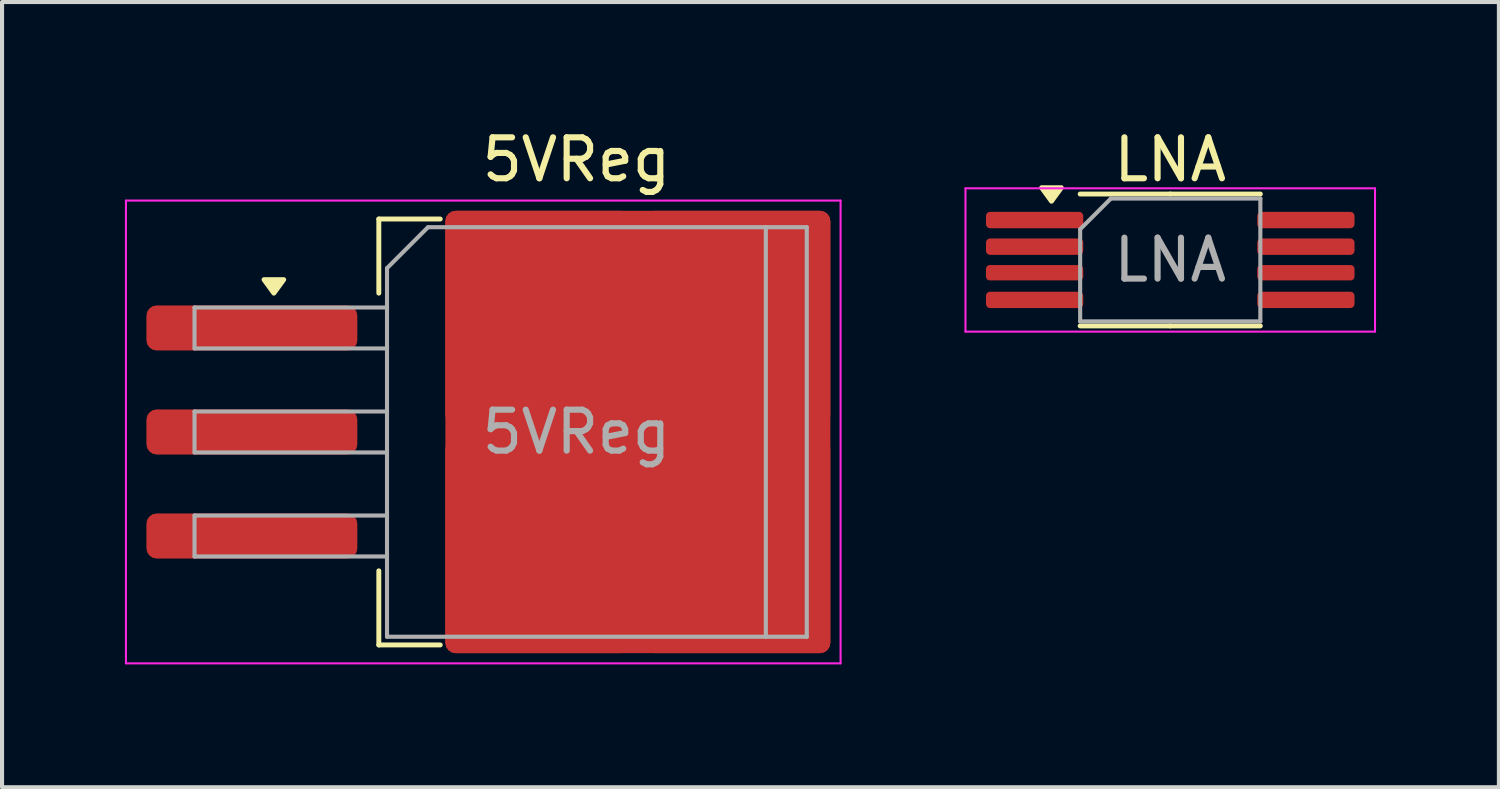
<source format=kicad_pcb>
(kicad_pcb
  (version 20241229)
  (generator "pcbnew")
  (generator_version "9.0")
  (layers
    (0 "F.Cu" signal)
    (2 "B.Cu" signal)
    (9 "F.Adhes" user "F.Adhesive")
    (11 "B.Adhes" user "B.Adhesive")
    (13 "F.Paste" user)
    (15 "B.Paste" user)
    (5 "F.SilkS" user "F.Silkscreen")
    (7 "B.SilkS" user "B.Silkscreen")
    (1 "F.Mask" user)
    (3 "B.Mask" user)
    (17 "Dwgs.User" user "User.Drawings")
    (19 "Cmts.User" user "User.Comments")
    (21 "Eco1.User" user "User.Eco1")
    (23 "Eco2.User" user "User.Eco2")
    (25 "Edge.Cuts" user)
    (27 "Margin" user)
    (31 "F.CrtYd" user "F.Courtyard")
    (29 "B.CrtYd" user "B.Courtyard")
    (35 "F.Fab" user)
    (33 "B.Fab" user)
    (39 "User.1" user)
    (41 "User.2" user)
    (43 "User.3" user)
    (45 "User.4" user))
  (footprint "LNA"
    (layer "F.Cu")
    (at 25.525 3.298)
    (property "Reference" "LNA" (at 0 -2.45 0) (layer "F.SilkS") (effects (font (size 1 1) (thickness 0.15))))
    (attr smd)
    (fp_line (start 0 -1.61) (end -2.2 -1.61) (stroke (width 0.12) (type solid)) (layer "F.SilkS"))
    (fp_line (start 0 -1.61) (end 2.2 -1.61) (stroke (width 0.12) (type solid)) (layer "F.SilkS"))
    (fp_line (start 0 1.61) (end -2.2 1.61) (stroke (width 0.12) (type solid)) (layer "F.SilkS"))
    (fp_line (start 0 1.61) (end 2.2 1.61) (stroke (width 0.12) (type solid)) (layer "F.SilkS"))
    (fp_poly (pts (xy -2.9 -1.435) (xy -3.14 -1.765) (xy -2.66 -1.765) (xy -2.9 -1.435)) (stroke (width 0.12) (type solid)) (fill yes) (layer "F.SilkS"))
    (fp_line (start -5 -1.75) (end -5 1.75) (stroke (width 0.05) (type solid)) (layer "F.CrtYd"))
    (fp_line (start -5 1.75) (end 5 1.75) (stroke (width 0.05) (type solid)) (layer "F.CrtYd"))
    (fp_line (start 5 -1.75) (end -5 -1.75) (stroke (width 0.05) (type solid)) (layer "F.CrtYd"))
    (fp_line (start 5 1.75) (end 5 -1.75) (stroke (width 0.05) (type solid)) (layer "F.CrtYd"))
    (fp_line (start -2.2 -0.75) (end -1.45 -1.5) (stroke (width 0.1) (type solid)) (layer "F.Fab"))
    (fp_line (start -2.2 1.5) (end -2.2 -0.75) (stroke (width 0.1) (type solid)) (layer "F.Fab"))
    (fp_line (start -1.45 -1.5) (end 2.2 -1.5) (stroke (width 0.1) (type solid)) (layer "F.Fab"))
    (fp_line (start 2.2 -1.5) (end 2.2 1.5) (stroke (width 0.1) (type solid)) (layer "F.Fab"))
    (fp_line (start 2.2 1.5) (end -2.2 1.5) (stroke (width 0.1) (type solid)) (layer "F.Fab"))
    (fp_text user "${REFERENCE}" (at 0 0 0) (layer "F.Fab") (effects (font (size 1 1) (thickness 0.15))))
    (pad "1" smd roundrect (at -3.312 -0.975) (size 2.375 0.4) (layers "F.Cu" "F.Mask" "F.Paste") (roundrect_rratio 0.25))
    (pad "2" smd roundrect (at -3.312 -0.325) (size 2.375 0.4) (layers "F.Cu" "F.Mask" "F.Paste") (roundrect_rratio 0.25))
    (pad "3" smd roundrect (at -3.312 0.312) (size 2.375 0.375) (layers "F.Cu" "F.Mask" "F.Paste") (roundrect_rratio 0.25))
    (pad "4" smd roundrect (at -3.312 0.975) (size 2.375 0.4) (layers "F.Cu" "F.Mask" "F.Paste") (roundrect_rratio 0.25))
    (pad "5" smd roundrect (at 3.312 0.975) (size 2.375 0.4) (layers "F.Cu" "F.Mask" "F.Paste") (roundrect_rratio 0.25))
    (pad "6" smd roundrect (at 3.312 0.312) (size 2.375 0.375) (layers "F.Cu" "F.Mask" "F.Paste") (roundrect_rratio 0.25))
    (pad "7" smd roundrect (at 3.312 -0.325) (size 2.375 0.4) (layers "F.Cu" "F.Mask" "F.Paste") (roundrect_rratio 0.25))
    (pad "8" smd roundrect (at 3.312 -0.975) (size 2.375 0.4) (layers "F.Cu" "F.Mask" "F.Paste") (roundrect_rratio 0.25)))
  (footprint "5VReg"
    (layer "F.Cu")
    (at 11.025 7.498)
    (property "Reference" "5VReg" (at 0 -6.65 0) (layer "F.SilkS") (effects (font (size 1 1) (thickness 0.15))))
    (attr smd)
    (fp_line (start -4.825 -5.2) (end -4.825 -3.39) (stroke (width 0.12) (type solid)) (layer "F.SilkS"))
    (fp_line (start -4.825 5.2) (end -4.825 3.39) (stroke (width 0.12) (type solid)) (layer "F.SilkS"))
    (fp_line (start -3.325 -5.2) (end -4.825 -5.2) (stroke (width 0.12) (type solid)) (layer "F.SilkS"))
    (fp_line (start -3.325 5.2) (end -4.825 5.2) (stroke (width 0.12) (type solid)) (layer "F.SilkS"))
    (fp_poly (pts (xy -7.388 -3.39) (xy -7.628 -3.72) (xy -7.147 -3.72) (xy -7.388 -3.39)) (stroke (width 0.12) (type solid)) (fill yes) (layer "F.SilkS"))
    (fp_line (start -11 -5.65) (end -11 5.65) (stroke (width 0.05) (type solid)) (layer "F.CrtYd"))
    (fp_line (start -11 5.65) (end 6.45 5.65) (stroke (width 0.05) (type solid)) (layer "F.CrtYd"))
    (fp_line (start 6.45 -5.65) (end -11 -5.65) (stroke (width 0.05) (type solid)) (layer "F.CrtYd"))
    (fp_line (start 6.45 5.65) (end 6.45 -5.65) (stroke (width 0.05) (type solid)) (layer "F.CrtYd"))
    (fp_line (start -9.325 -3.04) (end -9.325 -2.04) (stroke (width 0.1) (type solid)) (layer "F.Fab"))
    (fp_line (start -9.325 -2.04) (end -4.625 -2.04) (stroke (width 0.1) (type solid)) (layer "F.Fab"))
    (fp_line (start -9.325 -0.5) (end -9.325 0.5) (stroke (width 0.1) (type solid)) (layer "F.Fab"))
    (fp_line (start -9.325 0.5) (end -4.625 0.5) (stroke (width 0.1) (type solid)) (layer "F.Fab"))
    (fp_line (start -9.325 2.04) (end -9.325 3.04) (stroke (width 0.1) (type solid)) (layer "F.Fab"))
    (fp_line (start -9.325 3.04) (end -4.625 3.04) (stroke (width 0.1) (type solid)) (layer "F.Fab"))
    (fp_line (start -4.625 -4) (end -3.625 -5) (stroke (width 0.1) (type solid)) (layer "F.Fab"))
    (fp_line (start -4.625 -3.04) (end -9.325 -3.04) (stroke (width 0.1) (type solid)) (layer "F.Fab"))
    (fp_line (start -4.625 -0.5) (end -9.325 -0.5) (stroke (width 0.1) (type solid)) (layer "F.Fab"))
    (fp_line (start -4.625 2.04) (end -9.325 2.04) (stroke (width 0.1) (type solid)) (layer "F.Fab"))
    (fp_line (start -4.625 5) (end -4.625 -4) (stroke (width 0.1) (type solid)) (layer "F.Fab"))
    (fp_line (start -3.625 -5) (end 4.625 -5) (stroke (width 0.1) (type solid)) (layer "F.Fab"))
    (fp_line (start 4.625 -5) (end 4.625 5) (stroke (width 0.1) (type solid)) (layer "F.Fab"))
    (fp_line (start 4.625 -5) (end 5.625 -5) (stroke (width 0.1) (type solid)) (layer "F.Fab"))
    (fp_line (start 4.625 5) (end -4.625 5) (stroke (width 0.1) (type solid)) (layer "F.Fab"))
    (fp_line (start 5.625 -5) (end 5.625 5) (stroke (width 0.1) (type solid)) (layer "F.Fab"))
    (fp_line (start 5.625 5) (end 4.625 5) (stroke (width 0.1) (type solid)) (layer "F.Fab"))
    (fp_text user "${REFERENCE}" (at 0 0 0) (layer "F.Fab") (effects (font (size 1 1) (thickness 0.15))))
    (pad "1" smd roundrect (at -7.925 -2.54) (size 5.15 1.1) (layers "F.Cu" "F.Mask" "F.Paste") (roundrect_rratio 0.227))
    (pad "2" smd roundrect (at -7.925 0) (size 5.15 1.1) (layers "F.Cu" "F.Mask" "F.Paste") (roundrect_rratio 0.227))
    (pad "2" smd roundrect (at -0.925 -2.775) (size 4.55 5.25) (layers "F.Cu" "F.Paste") (roundrect_rratio 0.055))
    (pad "2" smd roundrect (at -0.925 2.775) (size 4.55 5.25) (layers "F.Cu" "F.Paste") (roundrect_rratio 0.055))
    (pad "2" smd roundrect (at 1.5 0) (size 9.4 10.8) (layers "F.Cu" "F.Mask") (roundrect_rratio 0.027))
    (pad "2" smd roundrect (at 3.925 -2.775) (size 4.55 5.25) (layers "F.Cu" "F.Paste") (roundrect_rratio 0.055))
    (pad "2" smd roundrect (at 3.925 2.775) (size 4.55 5.25) (layers "F.Cu" "F.Paste") (roundrect_rratio 0.055))
    (pad "3" smd roundrect (at -7.925 2.54) (size 5.15 1.1) (layers "F.Cu" "F.Mask" "F.Paste") (roundrect_rratio 0.227)))
  (gr_rect
    (start -3 -3)
    (end 33.55 16.173)
    (stroke (width 0.1) (type default))
    (fill no)
    (layer "Edge.Cuts")))
</source>
